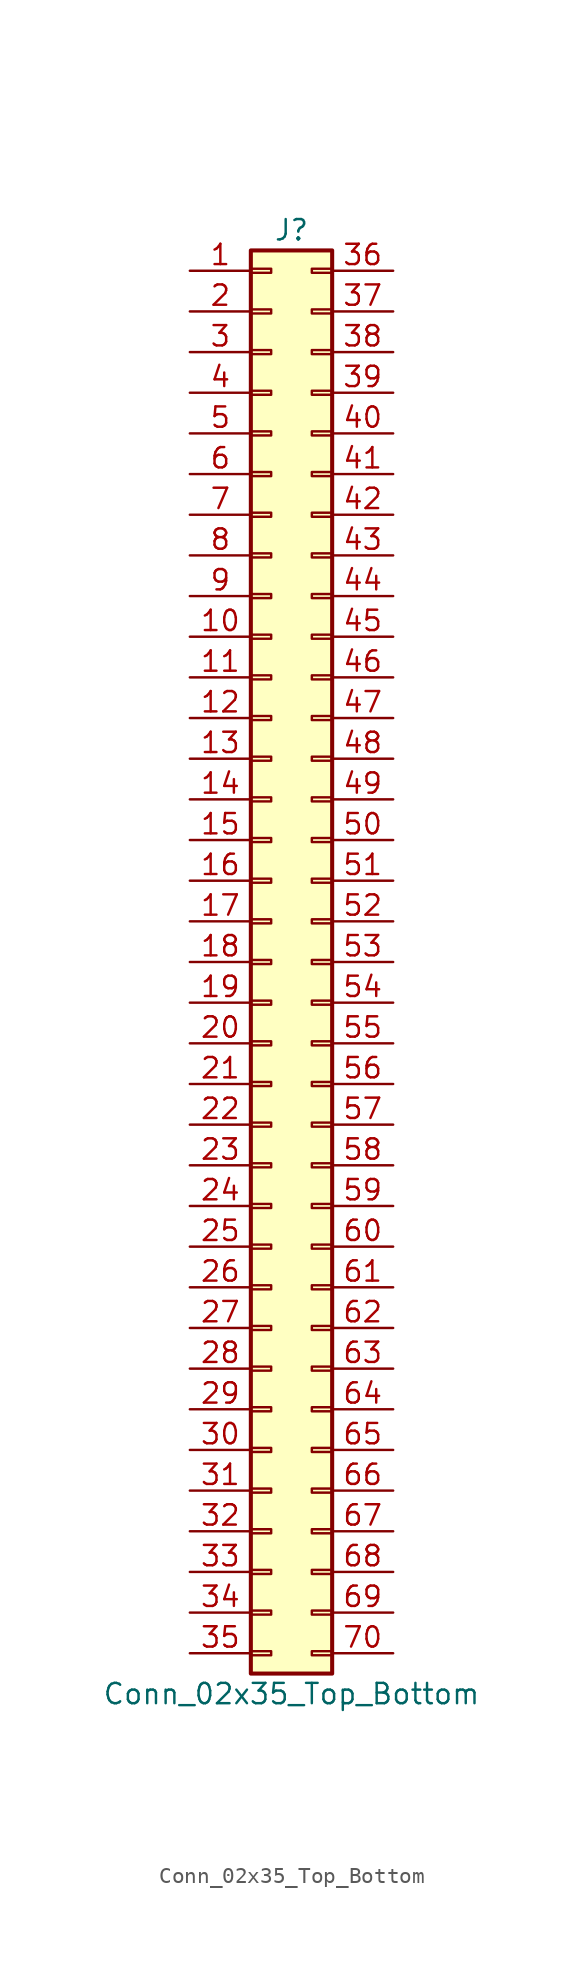
<source format=kicad_sym>
(kicad_symbol_lib
  (version 20220914)
  (generator kicad_symbol_editor)
  (symbol "Conn_02x35_Top_Bottom"
    (pin_names
      (offset 1.016) hide)
    (property "Reference" "J"
      (at 1.27 45.72 0)
      (effects (font (size 1.27 1.27))))
    (property "Value" "Conn_02x35_Top_Bottom"
      (at 1.27 -45.72 0)
      (effects (font (size 1.27 1.27))))
    (symbol "Conn_02x35_Top_Bottom_1_1"
      (rectangle (start -1.27 -43.053) (end 0 -43.307) (stroke (width 0.152) (type default)) (fill (type none)))
      (rectangle (start -1.27 -40.513) (end 0 -40.767) (stroke (width 0.152) (type default)) (fill (type none)))
      (rectangle (start -1.27 -37.973) (end 0 -38.227) (stroke (width 0.152) (type default)) (fill (type none)))
      (rectangle (start -1.27 -35.433) (end 0 -35.687) (stroke (width 0.152) (type default)) (fill (type none)))
      (rectangle (start -1.27 -32.893) (end 0 -33.147) (stroke (width 0.152) (type default)) (fill (type none)))
      (rectangle (start -1.27 -30.353) (end 0 -30.607) (stroke (width 0.152) (type default)) (fill (type none)))
      (rectangle (start -1.27 -27.813) (end 0 -28.067) (stroke (width 0.152) (type default)) (fill (type none)))
      (rectangle (start -1.27 -25.273) (end 0 -25.527) (stroke (width 0.152) (type default)) (fill (type none)))
      (rectangle (start -1.27 -22.733) (end 0 -22.987) (stroke (width 0.152) (type default)) (fill (type none)))
      (rectangle (start -1.27 -20.193) (end 0 -20.447) (stroke (width 0.152) (type default)) (fill (type none)))
      (rectangle (start -1.27 -17.653) (end 0 -17.907) (stroke (width 0.152) (type default)) (fill (type none)))
      (rectangle (start -1.27 -15.113) (end 0 -15.367) (stroke (width 0.152) (type default)) (fill (type none)))
      (rectangle (start -1.27 -12.573) (end 0 -12.827) (stroke (width 0.152) (type default)) (fill (type none)))
      (rectangle (start -1.27 -10.033) (end 0 -10.287) (stroke (width 0.152) (type default)) (fill (type none)))
      (rectangle (start -1.27 -7.493) (end 0 -7.747) (stroke (width 0.152) (type default)) (fill (type none)))
      (rectangle (start -1.27 -4.953) (end 0 -5.207) (stroke (width 0.152) (type default)) (fill (type none)))
      (rectangle (start -1.27 -2.413) (end 0 -2.667) (stroke (width 0.152) (type default)) (fill (type none)))
      (rectangle (start -1.27 0.127) (end 0 -0.127) (stroke (width 0.152) (type default)) (fill (type none)))
      (rectangle (start -1.27 2.667) (end 0 2.413) (stroke (width 0.152) (type default)) (fill (type none)))
      (rectangle (start -1.27 5.207) (end 0 4.953) (stroke (width 0.152) (type default)) (fill (type none)))
      (rectangle (start -1.27 7.747) (end 0 7.493) (stroke (width 0.152) (type default)) (fill (type none)))
      (rectangle (start -1.27 10.287) (end 0 10.033) (stroke (width 0.152) (type default)) (fill (type none)))
      (rectangle (start -1.27 12.827) (end 0 12.573) (stroke (width 0.152) (type default)) (fill (type none)))
      (rectangle (start -1.27 15.367) (end 0 15.113) (stroke (width 0.152) (type default)) (fill (type none)))
      (rectangle (start -1.27 17.907) (end 0 17.653) (stroke (width 0.152) (type default)) (fill (type none)))
      (rectangle (start -1.27 20.447) (end 0 20.193) (stroke (width 0.152) (type default)) (fill (type none)))
      (rectangle (start -1.27 22.987) (end 0 22.733) (stroke (width 0.152) (type default)) (fill (type none)))
      (rectangle (start -1.27 25.527) (end 0 25.273) (stroke (width 0.152) (type default)) (fill (type none)))
      (rectangle (start -1.27 28.067) (end 0 27.813) (stroke (width 0.152) (type default)) (fill (type none)))
      (rectangle (start -1.27 30.607) (end 0 30.353) (stroke (width 0.152) (type default)) (fill (type none)))
      (rectangle (start -1.27 33.147) (end 0 32.893) (stroke (width 0.152) (type default)) (fill (type none)))
      (rectangle (start -1.27 35.687) (end 0 35.433) (stroke (width 0.152) (type default)) (fill (type none)))
      (rectangle (start -1.27 38.227) (end 0 37.973) (stroke (width 0.152) (type default)) (fill (type none)))
      (rectangle (start -1.27 40.767) (end 0 40.513) (stroke (width 0.152) (type default)) (fill (type none)))
      (rectangle (start -1.27 43.307) (end 0 43.053) (stroke (width 0.152) (type default)) (fill (type none)))
      (rectangle (start -1.27 44.45) (end 3.81 -44.45) (stroke (width 0.254) (type default)) (fill (type background)))
      (rectangle (start 3.81 -43.053) (end 2.54 -43.307) (stroke (width 0.152) (type default)) (fill (type none)))
      (rectangle (start 3.81 -40.513) (end 2.54 -40.767) (stroke (width 0.152) (type default)) (fill (type none)))
      (rectangle (start 3.81 -37.973) (end 2.54 -38.227) (stroke (width 0.152) (type default)) (fill (type none)))
      (rectangle (start 3.81 -35.433) (end 2.54 -35.687) (stroke (width 0.152) (type default)) (fill (type none)))
      (rectangle (start 3.81 -32.893) (end 2.54 -33.147) (stroke (width 0.152) (type default)) (fill (type none)))
      (rectangle (start 3.81 -30.353) (end 2.54 -30.607) (stroke (width 0.152) (type default)) (fill (type none)))
      (rectangle (start 3.81 -27.813) (end 2.54 -28.067) (stroke (width 0.152) (type default)) (fill (type none)))
      (rectangle (start 3.81 -25.273) (end 2.54 -25.527) (stroke (width 0.152) (type default)) (fill (type none)))
      (rectangle (start 3.81 -22.733) (end 2.54 -22.987) (stroke (width 0.152) (type default)) (fill (type none)))
      (rectangle (start 3.81 -20.193) (end 2.54 -20.447) (stroke (width 0.152) (type default)) (fill (type none)))
      (rectangle (start 3.81 -17.653) (end 2.54 -17.907) (stroke (width 0.152) (type default)) (fill (type none)))
      (rectangle (start 3.81 -15.113) (end 2.54 -15.367) (stroke (width 0.152) (type default)) (fill (type none)))
      (rectangle (start 3.81 -12.573) (end 2.54 -12.827) (stroke (width 0.152) (type default)) (fill (type none)))
      (rectangle (start 3.81 -10.033) (end 2.54 -10.287) (stroke (width 0.152) (type default)) (fill (type none)))
      (rectangle (start 3.81 -7.493) (end 2.54 -7.747) (stroke (width 0.152) (type default)) (fill (type none)))
      (rectangle (start 3.81 -4.953) (end 2.54 -5.207) (stroke (width 0.152) (type default)) (fill (type none)))
      (rectangle (start 3.81 -2.413) (end 2.54 -2.667) (stroke (width 0.152) (type default)) (fill (type none)))
      (rectangle (start 3.81 0.127) (end 2.54 -0.127) (stroke (width 0.152) (type default)) (fill (type none)))
      (rectangle (start 3.81 2.667) (end 2.54 2.413) (stroke (width 0.152) (type default)) (fill (type none)))
      (rectangle (start 3.81 5.207) (end 2.54 4.953) (stroke (width 0.152) (type default)) (fill (type none)))
      (rectangle (start 3.81 7.747) (end 2.54 7.493) (stroke (width 0.152) (type default)) (fill (type none)))
      (rectangle (start 3.81 10.287) (end 2.54 10.033) (stroke (width 0.152) (type default)) (fill (type none)))
      (rectangle (start 3.81 12.827) (end 2.54 12.573) (stroke (width 0.152) (type default)) (fill (type none)))
      (rectangle (start 3.81 15.367) (end 2.54 15.113) (stroke (width 0.152) (type default)) (fill (type none)))
      (rectangle (start 3.81 17.907) (end 2.54 17.653) (stroke (width 0.152) (type default)) (fill (type none)))
      (rectangle (start 3.81 20.447) (end 2.54 20.193) (stroke (width 0.152) (type default)) (fill (type none)))
      (rectangle (start 3.81 22.987) (end 2.54 22.733) (stroke (width 0.152) (type default)) (fill (type none)))
      (rectangle (start 3.81 25.527) (end 2.54 25.273) (stroke (width 0.152) (type default)) (fill (type none)))
      (rectangle (start 3.81 28.067) (end 2.54 27.813) (stroke (width 0.152) (type default)) (fill (type none)))
      (rectangle (start 3.81 30.607) (end 2.54 30.353) (stroke (width 0.152) (type default)) (fill (type none)))
      (rectangle (start 3.81 33.147) (end 2.54 32.893) (stroke (width 0.152) (type default)) (fill (type none)))
      (rectangle (start 3.81 35.687) (end 2.54 35.433) (stroke (width 0.152) (type default)) (fill (type none)))
      (rectangle (start 3.81 38.227) (end 2.54 37.973) (stroke (width 0.152) (type default)) (fill (type none)))
      (rectangle (start 3.81 40.767) (end 2.54 40.513) (stroke (width 0.152) (type default)) (fill (type none)))
      (rectangle (start 3.81 43.307) (end 2.54 43.053) (stroke (width 0.152) (type default)) (fill (type none)))
      (pin passive line (at -5.08 43.18 0) (length 3.81) (name "Pin_1" (effects (font (size 1.27 1.27)))) (number "1" (effects (font (size 1.27 1.27)))))
      (pin passive line (at -5.08 20.32 0) (length 3.81) (name "Pin_10" (effects (font (size 1.27 1.27)))) (number "10" (effects (font (size 1.27 1.27)))))
      (pin passive line (at -5.08 17.78 0) (length 3.81) (name "Pin_11" (effects (font (size 1.27 1.27)))) (number "11" (effects (font (size 1.27 1.27)))))
      (pin passive line (at -5.08 15.24 0) (length 3.81) (name "Pin_12" (effects (font (size 1.27 1.27)))) (number "12" (effects (font (size 1.27 1.27)))))
      (pin passive line (at -5.08 12.7 0) (length 3.81) (name "Pin_13" (effects (font (size 1.27 1.27)))) (number "13" (effects (font (size 1.27 1.27)))))
      (pin passive line (at -5.08 10.16 0) (length 3.81) (name "Pin_14" (effects (font (size 1.27 1.27)))) (number "14" (effects (font (size 1.27 1.27)))))
      (pin passive line (at -5.08 7.62 0) (length 3.81) (name "Pin_15" (effects (font (size 1.27 1.27)))) (number "15" (effects (font (size 1.27 1.27)))))
      (pin passive line (at -5.08 5.08 0) (length 3.81) (name "Pin_16" (effects (font (size 1.27 1.27)))) (number "16" (effects (font (size 1.27 1.27)))))
      (pin passive line (at -5.08 2.54 0) (length 3.81) (name "Pin_17" (effects (font (size 1.27 1.27)))) (number "17" (effects (font (size 1.27 1.27)))))
      (pin passive line (at -5.08 0 0) (length 3.81) (name "Pin_18" (effects (font (size 1.27 1.27)))) (number "18" (effects (font (size 1.27 1.27)))))
      (pin passive line (at -5.08 -2.54 0) (length 3.81) (name "Pin_19" (effects (font (size 1.27 1.27)))) (number "19" (effects (font (size 1.27 1.27)))))
      (pin passive line (at -5.08 40.64 0) (length 3.81) (name "Pin_2" (effects (font (size 1.27 1.27)))) (number "2" (effects (font (size 1.27 1.27)))))
      (pin passive line (at -5.08 -5.08 0) (length 3.81) (name "Pin_20" (effects (font (size 1.27 1.27)))) (number "20" (effects (font (size 1.27 1.27)))))
      (pin passive line (at -5.08 -7.62 0) (length 3.81) (name "Pin_21" (effects (font (size 1.27 1.27)))) (number "21" (effects (font (size 1.27 1.27)))))
      (pin passive line (at -5.08 -10.16 0) (length 3.81) (name "Pin_22" (effects (font (size 1.27 1.27)))) (number "22" (effects (font (size 1.27 1.27)))))
      (pin passive line (at -5.08 -12.7 0) (length 3.81) (name "Pin_23" (effects (font (size 1.27 1.27)))) (number "23" (effects (font (size 1.27 1.27)))))
      (pin passive line (at -5.08 -15.24 0) (length 3.81) (name "Pin_24" (effects (font (size 1.27 1.27)))) (number "24" (effects (font (size 1.27 1.27)))))
      (pin passive line (at -5.08 -17.78 0) (length 3.81) (name "Pin_25" (effects (font (size 1.27 1.27)))) (number "25" (effects (font (size 1.27 1.27)))))
      (pin passive line (at -5.08 -20.32 0) (length 3.81) (name "Pin_26" (effects (font (size 1.27 1.27)))) (number "26" (effects (font (size 1.27 1.27)))))
      (pin passive line (at -5.08 -22.86 0) (length 3.81) (name "Pin_27" (effects (font (size 1.27 1.27)))) (number "27" (effects (font (size 1.27 1.27)))))
      (pin passive line (at -5.08 -25.4 0) (length 3.81) (name "Pin_28" (effects (font (size 1.27 1.27)))) (number "28" (effects (font (size 1.27 1.27)))))
      (pin passive line (at -5.08 -27.94 0) (length 3.81) (name "Pin_29" (effects (font (size 1.27 1.27)))) (number "29" (effects (font (size 1.27 1.27)))))
      (pin passive line (at -5.08 38.1 0) (length 3.81) (name "Pin_3" (effects (font (size 1.27 1.27)))) (number "3" (effects (font (size 1.27 1.27)))))
      (pin passive line (at -5.08 -30.48 0) (length 3.81) (name "Pin_30" (effects (font (size 1.27 1.27)))) (number "30" (effects (font (size 1.27 1.27)))))
      (pin passive line (at -5.08 -33.02 0) (length 3.81) (name "Pin_31" (effects (font (size 1.27 1.27)))) (number "31" (effects (font (size 1.27 1.27)))))
      (pin passive line (at -5.08 -35.56 0) (length 3.81) (name "Pin_32" (effects (font (size 1.27 1.27)))) (number "32" (effects (font (size 1.27 1.27)))))
      (pin passive line (at -5.08 -38.1 0) (length 3.81) (name "Pin_33" (effects (font (size 1.27 1.27)))) (number "33" (effects (font (size 1.27 1.27)))))
      (pin passive line (at -5.08 -40.64 0) (length 3.81) (name "Pin_34" (effects (font (size 1.27 1.27)))) (number "34" (effects (font (size 1.27 1.27)))))
      (pin passive line (at -5.08 -43.18 0) (length 3.81) (name "Pin_35" (effects (font (size 1.27 1.27)))) (number "35" (effects (font (size 1.27 1.27)))))
      (pin passive line (at 7.62 43.18 180) (length 3.81) (name "Pin_36" (effects (font (size 1.27 1.27)))) (number "36" (effects (font (size 1.27 1.27)))))
      (pin passive line (at 7.62 40.64 180) (length 3.81) (name "Pin_37" (effects (font (size 1.27 1.27)))) (number "37" (effects (font (size 1.27 1.27)))))
      (pin passive line (at 7.62 38.1 180) (length 3.81) (name "Pin_38" (effects (font (size 1.27 1.27)))) (number "38" (effects (font (size 1.27 1.27)))))
      (pin passive line (at 7.62 35.56 180) (length 3.81) (name "Pin_39" (effects (font (size 1.27 1.27)))) (number "39" (effects (font (size 1.27 1.27)))))
      (pin passive line (at -5.08 35.56 0) (length 3.81) (name "Pin_4" (effects (font (size 1.27 1.27)))) (number "4" (effects (font (size 1.27 1.27)))))
      (pin passive line (at 7.62 33.02 180) (length 3.81) (name "Pin_40" (effects (font (size 1.27 1.27)))) (number "40" (effects (font (size 1.27 1.27)))))
      (pin passive line (at 7.62 30.48 180) (length 3.81) (name "Pin_41" (effects (font (size 1.27 1.27)))) (number "41" (effects (font (size 1.27 1.27)))))
      (pin passive line (at 7.62 27.94 180) (length 3.81) (name "Pin_42" (effects (font (size 1.27 1.27)))) (number "42" (effects (font (size 1.27 1.27)))))
      (pin passive line (at 7.62 25.4 180) (length 3.81) (name "Pin_43" (effects (font (size 1.27 1.27)))) (number "43" (effects (font (size 1.27 1.27)))))
      (pin passive line (at 7.62 22.86 180) (length 3.81) (name "Pin_44" (effects (font (size 1.27 1.27)))) (number "44" (effects (font (size 1.27 1.27)))))
      (pin passive line (at 7.62 20.32 180) (length 3.81) (name "Pin_45" (effects (font (size 1.27 1.27)))) (number "45" (effects (font (size 1.27 1.27)))))
      (pin passive line (at 7.62 17.78 180) (length 3.81) (name "Pin_46" (effects (font (size 1.27 1.27)))) (number "46" (effects (font (size 1.27 1.27)))))
      (pin passive line (at 7.62 15.24 180) (length 3.81) (name "Pin_47" (effects (font (size 1.27 1.27)))) (number "47" (effects (font (size 1.27 1.27)))))
      (pin passive line (at 7.62 12.7 180) (length 3.81) (name "Pin_48" (effects (font (size 1.27 1.27)))) (number "48" (effects (font (size 1.27 1.27)))))
      (pin passive line (at 7.62 10.16 180) (length 3.81) (name "Pin_49" (effects (font (size 1.27 1.27)))) (number "49" (effects (font (size 1.27 1.27)))))
      (pin passive line (at -5.08 33.02 0) (length 3.81) (name "Pin_5" (effects (font (size 1.27 1.27)))) (number "5" (effects (font (size 1.27 1.27)))))
      (pin passive line (at 7.62 7.62 180) (length 3.81) (name "Pin_50" (effects (font (size 1.27 1.27)))) (number "50" (effects (font (size 1.27 1.27)))))
      (pin passive line (at 7.62 5.08 180) (length 3.81) (name "Pin_51" (effects (font (size 1.27 1.27)))) (number "51" (effects (font (size 1.27 1.27)))))
      (pin passive line (at 7.62 2.54 180) (length 3.81) (name "Pin_52" (effects (font (size 1.27 1.27)))) (number "52" (effects (font (size 1.27 1.27)))))
      (pin passive line (at 7.62 0 180) (length 3.81) (name "Pin_53" (effects (font (size 1.27 1.27)))) (number "53" (effects (font (size 1.27 1.27)))))
      (pin passive line (at 7.62 -2.54 180) (length 3.81) (name "Pin_54" (effects (font (size 1.27 1.27)))) (number "54" (effects (font (size 1.27 1.27)))))
      (pin passive line (at 7.62 -5.08 180) (length 3.81) (name "Pin_55" (effects (font (size 1.27 1.27)))) (number "55" (effects (font (size 1.27 1.27)))))
      (pin passive line (at 7.62 -7.62 180) (length 3.81) (name "Pin_56" (effects (font (size 1.27 1.27)))) (number "56" (effects (font (size 1.27 1.27)))))
      (pin passive line (at 7.62 -10.16 180) (length 3.81) (name "Pin_57" (effects (font (size 1.27 1.27)))) (number "57" (effects (font (size 1.27 1.27)))))
      (pin passive line (at 7.62 -12.7 180) (length 3.81) (name "Pin_58" (effects (font (size 1.27 1.27)))) (number "58" (effects (font (size 1.27 1.27)))))
      (pin passive line (at 7.62 -15.24 180) (length 3.81) (name "Pin_59" (effects (font (size 1.27 1.27)))) (number "59" (effects (font (size 1.27 1.27)))))
      (pin passive line (at -5.08 30.48 0) (length 3.81) (name "Pin_6" (effects (font (size 1.27 1.27)))) (number "6" (effects (font (size 1.27 1.27)))))
      (pin passive line (at 7.62 -17.78 180) (length 3.81) (name "Pin_60" (effects (font (size 1.27 1.27)))) (number "60" (effects (font (size 1.27 1.27)))))
      (pin passive line (at 7.62 -20.32 180) (length 3.81) (name "Pin_61" (effects (font (size 1.27 1.27)))) (number "61" (effects (font (size 1.27 1.27)))))
      (pin passive line (at 7.62 -22.86 180) (length 3.81) (name "Pin_62" (effects (font (size 1.27 1.27)))) (number "62" (effects (font (size 1.27 1.27)))))
      (pin passive line (at 7.62 -25.4 180) (length 3.81) (name "Pin_63" (effects (font (size 1.27 1.27)))) (number "63" (effects (font (size 1.27 1.27)))))
      (pin passive line (at 7.62 -27.94 180) (length 3.81) (name "Pin_64" (effects (font (size 1.27 1.27)))) (number "64" (effects (font (size 1.27 1.27)))))
      (pin passive line (at 7.62 -30.48 180) (length 3.81) (name "Pin_65" (effects (font (size 1.27 1.27)))) (number "65" (effects (font (size 1.27 1.27)))))
      (pin passive line (at 7.62 -33.02 180) (length 3.81) (name "Pin_66" (effects (font (size 1.27 1.27)))) (number "66" (effects (font (size 1.27 1.27)))))
      (pin passive line (at 7.62 -35.56 180) (length 3.81) (name "Pin_67" (effects (font (size 1.27 1.27)))) (number "67" (effects (font (size 1.27 1.27)))))
      (pin passive line (at 7.62 -38.1 180) (length 3.81) (name "Pin_68" (effects (font (size 1.27 1.27)))) (number "68" (effects (font (size 1.27 1.27)))))
      (pin passive line (at 7.62 -40.64 180) (length 3.81) (name "Pin_69" (effects (font (size 1.27 1.27)))) (number "69" (effects (font (size 1.27 1.27)))))
      (pin passive line (at -5.08 27.94 0) (length 3.81) (name "Pin_7" (effects (font (size 1.27 1.27)))) (number "7" (effects (font (size 1.27 1.27)))))
      (pin passive line (at 7.62 -43.18 180) (length 3.81) (name "Pin_70" (effects (font (size 1.27 1.27)))) (number "70" (effects (font (size 1.27 1.27)))))
      (pin passive line (at -5.08 25.4 0) (length 3.81) (name "Pin_8" (effects (font (size 1.27 1.27)))) (number "8" (effects (font (size 1.27 1.27)))))
      (pin passive line (at -5.08 22.86 0) (length 3.81) (name "Pin_9" (effects (font (size 1.27 1.27)))) (number "9" (effects (font (size 1.27 1.27))))))))
</source>
